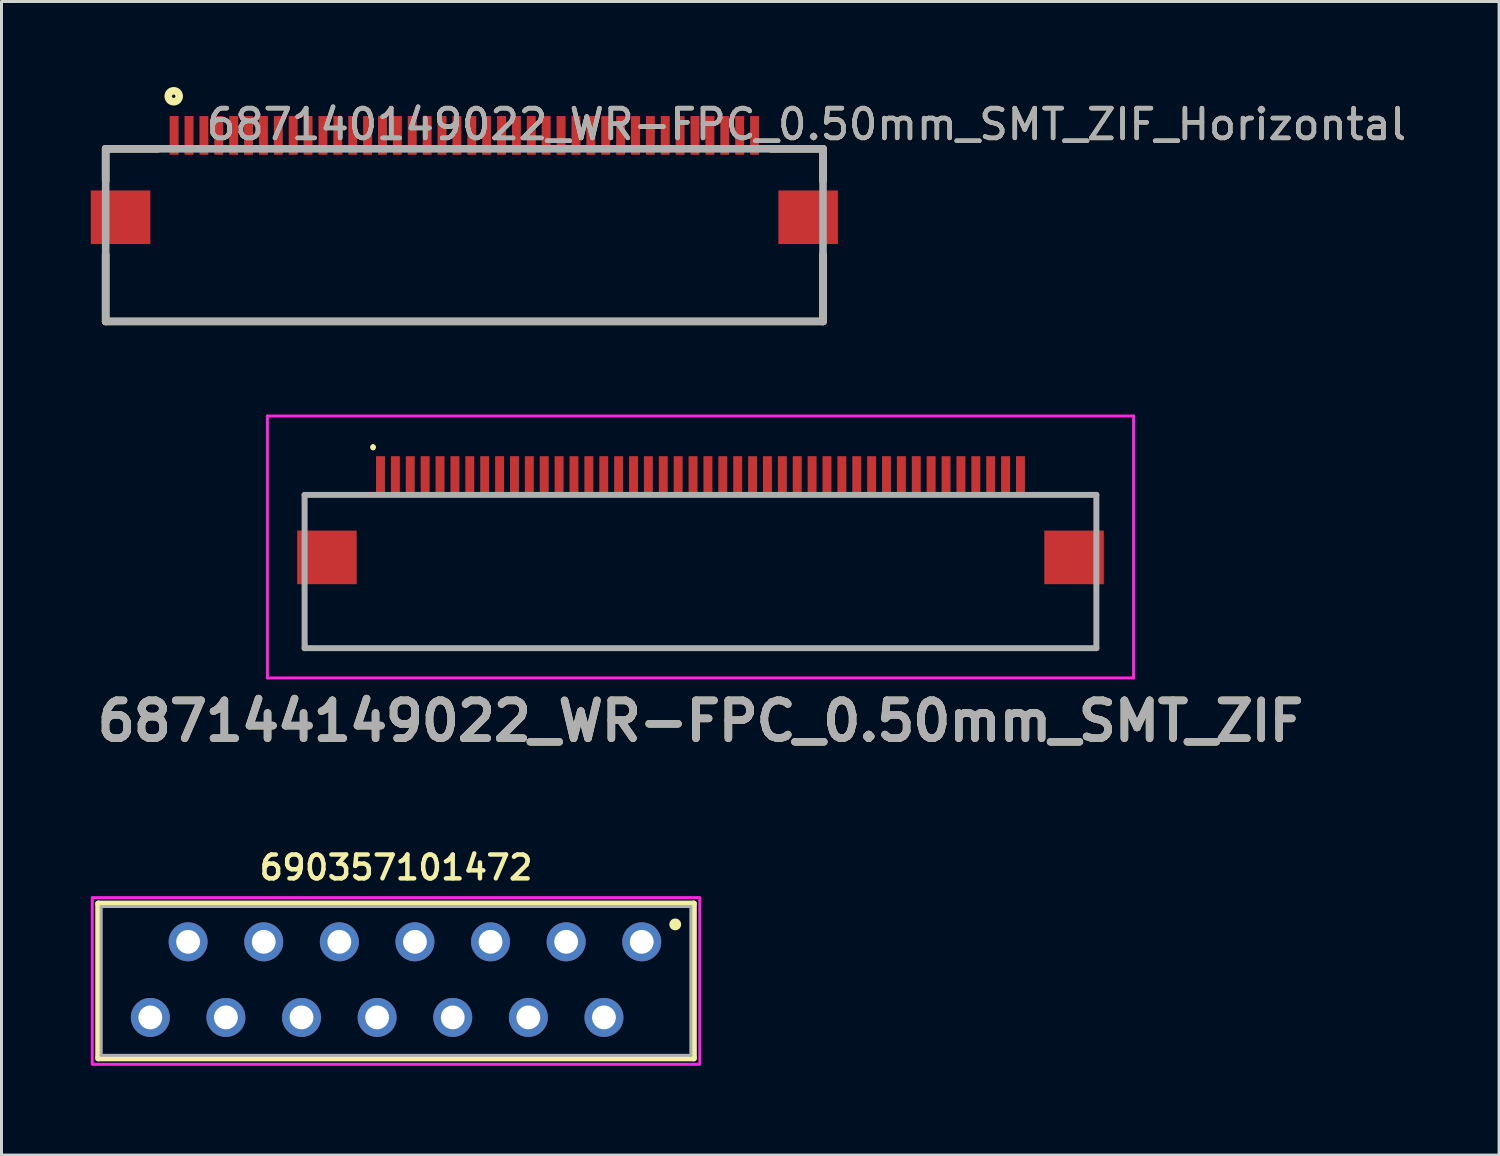
<source format=kicad_pcb>
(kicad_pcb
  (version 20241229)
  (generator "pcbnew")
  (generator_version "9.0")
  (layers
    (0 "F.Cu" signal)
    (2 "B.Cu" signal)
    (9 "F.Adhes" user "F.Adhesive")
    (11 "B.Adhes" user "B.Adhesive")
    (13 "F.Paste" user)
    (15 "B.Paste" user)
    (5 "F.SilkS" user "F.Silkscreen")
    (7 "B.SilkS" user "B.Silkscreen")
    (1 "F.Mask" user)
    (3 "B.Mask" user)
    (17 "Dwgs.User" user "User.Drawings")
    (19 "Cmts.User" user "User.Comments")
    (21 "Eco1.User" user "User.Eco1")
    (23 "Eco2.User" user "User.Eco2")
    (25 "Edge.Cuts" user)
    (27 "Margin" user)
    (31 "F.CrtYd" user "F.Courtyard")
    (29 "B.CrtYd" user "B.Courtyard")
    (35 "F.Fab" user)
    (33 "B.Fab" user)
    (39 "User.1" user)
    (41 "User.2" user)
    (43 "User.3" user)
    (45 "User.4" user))
  (footprint "687140149022_WR-FPC_0.50mm_SMT_ZIF_Horizontal"
    (layer "F.Cu")
    (at 12.55 1.949)
    (property "Reference" "687140149022_WR-FPC_0.50mm_SMT_ZIF_Horizontal" (at 11.494 -0.821 0) (layer "F.SilkS") (effects (font (size 1 1) (thickness 0.15))))
    (attr smd)
    (fp_line (start -12.05 0) (end -12.05 1.075) (stroke (width 0.254) (type solid)) (layer "F.SilkS"))
    (fp_line (start -12.05 0) (end -10.302 0) (stroke (width 0.254) (type solid)) (layer "F.SilkS"))
    (fp_line (start -12.05 5.8) (end -12.05 3.551) (stroke (width 0.254) (type solid)) (layer "F.SilkS"))
    (fp_line (start -12.05 5.8) (end 12.05 5.8) (stroke (width 0.254) (type solid)) (layer "F.SilkS"))
    (fp_line (start 12.05 0) (end 10.302 0) (stroke (width 0.254) (type solid)) (layer "F.SilkS"))
    (fp_line (start 12.05 0) (end 12.05 1.075) (stroke (width 0.254) (type solid)) (layer "F.SilkS"))
    (fp_line (start 12.05 5.8) (end 12.05 3.551) (stroke (width 0.254) (type solid)) (layer "F.SilkS"))
    (fp_circle (center -9.764 -1.765) (end -9.764 -1.708) (stroke (width 0.254) (type solid)) (fill no) (layer "F.SilkS"))
    (fp_line (start -12.05 0) (end 12.05 0) (stroke (width 0.254) (type solid)) (layer "F.Fab"))
    (fp_line (start -12.05 5.8) (end -12.05 0) (stroke (width 0.254) (type solid)) (layer "F.Fab"))
    (fp_line (start 12.05 0) (end 12.05 5.8) (stroke (width 0.254) (type solid)) (layer "F.Fab"))
    (fp_line (start 12.05 5.8) (end -12.05 5.8) (stroke (width 0.254) (type solid)) (layer "F.Fab"))
    (fp_text user "${REFERENCE}" (at 11.494 -0.821 0) (layer "F.Fab") (effects (font (size 1 1) (thickness 0.15))))
    (pad "1" smd rect (at -9.75 -0.45) (size 0.3 1.3) (layers "F.Cu" "F.Mask" "F.Paste"))
    (pad "2" smd rect (at -9.25 -0.45) (size 0.3 1.3) (layers "F.Cu" "F.Mask" "F.Paste"))
    (pad "3" smd rect (at -8.75 -0.45) (size 0.3 1.3) (layers "F.Cu" "F.Mask" "F.Paste"))
    (pad "4" smd rect (at -8.25 -0.45) (size 0.3 1.3) (layers "F.Cu" "F.Mask" "F.Paste"))
    (pad "5" smd rect (at -7.75 -0.45) (size 0.3 1.3) (layers "F.Cu" "F.Mask" "F.Paste"))
    (pad "6" smd rect (at -7.25 -0.45) (size 0.3 1.3) (layers "F.Cu" "F.Mask" "F.Paste"))
    (pad "7" smd rect (at -6.75 -0.45) (size 0.3 1.3) (layers "F.Cu" "F.Mask" "F.Paste"))
    (pad "8" smd rect (at -6.25 -0.45) (size 0.3 1.3) (layers "F.Cu" "F.Mask" "F.Paste"))
    (pad "9" smd rect (at -5.75 -0.45) (size 0.3 1.3) (layers "F.Cu" "F.Mask" "F.Paste"))
    (pad "10" smd rect (at -5.25 -0.45) (size 0.3 1.3) (layers "F.Cu" "F.Mask" "F.Paste"))
    (pad "11" smd rect (at -4.75 -0.45) (size 0.3 1.3) (layers "F.Cu" "F.Mask" "F.Paste"))
    (pad "12" smd rect (at -4.25 -0.45) (size 0.3 1.3) (layers "F.Cu" "F.Mask" "F.Paste"))
    (pad "13" smd rect (at -3.75 -0.45) (size 0.3 1.3) (layers "F.Cu" "F.Mask" "F.Paste"))
    (pad "14" smd rect (at -3.25 -0.45) (size 0.3 1.3) (layers "F.Cu" "F.Mask" "F.Paste"))
    (pad "15" smd rect (at -2.75 -0.45) (size 0.3 1.3) (layers "F.Cu" "F.Mask" "F.Paste"))
    (pad "16" smd rect (at -2.25 -0.45) (size 0.3 1.3) (layers "F.Cu" "F.Mask" "F.Paste"))
    (pad "17" smd rect (at -1.75 -0.45) (size 0.3 1.3) (layers "F.Cu" "F.Mask" "F.Paste"))
    (pad "18" smd rect (at -1.25 -0.45) (size 0.3 1.3) (layers "F.Cu" "F.Mask" "F.Paste"))
    (pad "19" smd rect (at -0.75 -0.45) (size 0.3 1.3) (layers "F.Cu" "F.Mask" "F.Paste"))
    (pad "20" smd rect (at -0.25 -0.45) (size 0.3 1.3) (layers "F.Cu" "F.Mask" "F.Paste"))
    (pad "21" smd rect (at 0.25 -0.45) (size 0.3 1.3) (layers "F.Cu" "F.Mask" "F.Paste"))
    (pad "22" smd rect (at 0.75 -0.45) (size 0.3 1.3) (layers "F.Cu" "F.Mask" "F.Paste"))
    (pad "23" smd rect (at 1.25 -0.45) (size 0.3 1.3) (layers "F.Cu" "F.Mask" "F.Paste"))
    (pad "24" smd rect (at 1.75 -0.45) (size 0.3 1.3) (layers "F.Cu" "F.Mask" "F.Paste"))
    (pad "25" smd rect (at 2.25 -0.45) (size 0.3 1.3) (layers "F.Cu" "F.Mask" "F.Paste"))
    (pad "26" smd rect (at 2.75 -0.45) (size 0.3 1.3) (layers "F.Cu" "F.Mask" "F.Paste"))
    (pad "27" smd rect (at 3.25 -0.45) (size 0.3 1.3) (layers "F.Cu" "F.Mask" "F.Paste"))
    (pad "28" smd rect (at 3.75 -0.45) (size 0.3 1.3) (layers "F.Cu" "F.Mask" "F.Paste"))
    (pad "29" smd rect (at 4.25 -0.45) (size 0.3 1.3) (layers "F.Cu" "F.Mask" "F.Paste"))
    (pad "30" smd rect (at 4.75 -0.45) (size 0.3 1.3) (layers "F.Cu" "F.Mask" "F.Paste"))
    (pad "31" smd rect (at 5.25 -0.45) (size 0.3 1.3) (layers "F.Cu" "F.Mask" "F.Paste"))
    (pad "32" smd rect (at 5.75 -0.45) (size 0.3 1.3) (layers "F.Cu" "F.Mask" "F.Paste"))
    (pad "33" smd rect (at 6.25 -0.45) (size 0.3 1.3) (layers "F.Cu" "F.Mask" "F.Paste"))
    (pad "34" smd rect (at 6.75 -0.45) (size 0.3 1.3) (layers "F.Cu" "F.Mask" "F.Paste"))
    (pad "35" smd rect (at 7.25 -0.45) (size 0.3 1.3) (layers "F.Cu" "F.Mask" "F.Paste"))
    (pad "36" smd rect (at 7.75 -0.45) (size 0.3 1.3) (layers "F.Cu" "F.Mask" "F.Paste"))
    (pad "37" smd rect (at 8.25 -0.45) (size 0.3 1.3) (layers "F.Cu" "F.Mask" "F.Paste"))
    (pad "38" smd rect (at 8.75 -0.45) (size 0.3 1.3) (layers "F.Cu" "F.Mask" "F.Paste"))
    (pad "39" smd rect (at 9.25 -0.45) (size 0.3 1.3) (layers "F.Cu" "F.Mask" "F.Paste"))
    (pad "40" smd rect (at 9.75 -0.45) (size 0.3 1.3) (layers "F.Cu" "F.Mask" "F.Paste"))
    (pad "41" smd rect (at -11.55 2.3 90) (size 1.8 2) (layers "F.Cu" "F.Mask" "F.Paste"))
    (pad "42" smd rect (at 11.55 2.3 90) (size 1.8 2) (layers "F.Cu" "F.Mask" "F.Paste")))
  (footprint "690357101472"
    (layer "F.Cu")
    (at 10.255 29.906)
    (property "Reference" "690357101472" (at 0 -3.81 0) (layer "F.SilkS") (effects (font (size 0.8 0.8) (thickness 0.15))))
    (attr through_hole)
    (fp_line (start -10.005 -2.6) (end 10.005 -2.6) (stroke (width 0.2) (type solid)) (layer "F.SilkS"))
    (fp_line (start -10.005 2.6) (end -10.005 -2.6) (stroke (width 0.2) (type solid)) (layer "F.SilkS"))
    (fp_line (start 10.005 -2.6) (end 10.005 2.6) (stroke (width 0.2) (type solid)) (layer "F.SilkS"))
    (fp_line (start 10.005 2.6) (end -10.005 2.6) (stroke (width 0.2) (type solid)) (layer "F.SilkS"))
    (fp_circle (center 9.38 -1.9) (end 9.48 -1.9) (stroke (width 0.2) (type solid)) (fill no) (layer "F.SilkS"))
    (fp_poly (pts (xy 10.205 2.8) (xy -10.205 2.8) (xy -10.205 -2.8) (xy 10.205 -2.8)) (stroke (width 0.1) (type solid)) (fill no) (layer "F.CrtYd"))
    (fp_line (start -9.905 -2.5) (end -9.905 2.5) (stroke (width 0.1) (type solid)) (layer "F.Fab"))
    (fp_line (start -9.905 2.5) (end 9.905 2.5) (stroke (width 0.1) (type solid)) (layer "F.Fab"))
    (fp_line (start 9.905 -2.5) (end -9.905 -2.5) (stroke (width 0.1) (type solid)) (layer "F.Fab"))
    (fp_line (start 9.905 2.5) (end 9.905 -2.5) (stroke (width 0.1) (type solid)) (layer "F.Fab"))
    (pad "1" thru_hole circle (at 8.255 -1.315) (size 1.308 1.308) (drill 0.8) (layers "*.Cu" "*.Mask"))
    (pad "2" thru_hole circle (at 6.985 1.225) (size 1.308 1.308) (drill 0.8) (layers "*.Cu" "*.Mask"))
    (pad "3" thru_hole circle (at 5.715 -1.315) (size 1.308 1.308) (drill 0.8) (layers "*.Cu" "*.Mask"))
    (pad "4" thru_hole circle (at 4.445 1.225) (size 1.308 1.308) (drill 0.8) (layers "*.Cu" "*.Mask"))
    (pad "5" thru_hole circle (at 3.175 -1.315) (size 1.308 1.308) (drill 0.8) (layers "*.Cu" "*.Mask"))
    (pad "6" thru_hole circle (at 1.905 1.225) (size 1.308 1.308) (drill 0.8) (layers "*.Cu" "*.Mask"))
    (pad "7" thru_hole circle (at 0.635 -1.315) (size 1.308 1.308) (drill 0.8) (layers "*.Cu" "*.Mask"))
    (pad "8" thru_hole circle (at -0.635 1.225) (size 1.308 1.308) (drill 0.8) (layers "*.Cu" "*.Mask"))
    (pad "9" thru_hole circle (at -1.905 -1.315) (size 1.308 1.308) (drill 0.8) (layers "*.Cu" "*.Mask"))
    (pad "10" thru_hole circle (at -3.175 1.225) (size 1.308 1.308) (drill 0.8) (layers "*.Cu" "*.Mask"))
    (pad "11" thru_hole circle (at -4.445 -1.315) (size 1.308 1.308) (drill 0.8) (layers "*.Cu" "*.Mask"))
    (pad "12" thru_hole circle (at -5.715 1.225) (size 1.308 1.308) (drill 0.8) (layers "*.Cu" "*.Mask"))
    (pad "13" thru_hole circle (at -6.985 -1.315) (size 1.308 1.308) (drill 0.8) (layers "*.Cu" "*.Mask"))
    (pad "14" thru_hole circle (at -8.255 1.225) (size 1.308 1.308) (drill 0.8) (layers "*.Cu" "*.Mask")))
  (footprint "687144149022_WR-FPC_0.50mm_SMT_ZIF"
    (layer "F.Cu")
    (at 20.483 15.826)
    (property "Reference" "687144149022_WR-FPC_0.50mm_SMT_ZIF" (at 0 5.35 0) (layer "F.SilkS") (effects (font (size 1.27 1.27) (thickness 0.254))))
    (attr smd)
    (fp_line (start -13.3 2.18) (end -13.25 2.9) (stroke (width 0.1) (type solid)) (layer "F.SilkS"))
    (fp_line (start -13.25 -2.25) (end -13.3 -2.25) (stroke (width 0.1) (type solid)) (layer "F.SilkS"))
    (fp_line (start -13.25 2.9) (end 13.3 2.9) (stroke (width 0.1) (type solid)) (layer "F.SilkS"))
    (fp_line (start -11.25 -2.25) (end -13.25 -2.25) (stroke (width 0.1) (type solid)) (layer "F.SilkS"))
    (fp_line (start -11 -3.9) (end -11 -3.9) (stroke (width 0.1) (type solid)) (layer "F.SilkS"))
    (fp_line (start -11 -3.8) (end -11 -3.8) (stroke (width 0.1) (type solid)) (layer "F.SilkS"))
    (fp_line (start 13.3 2.9) (end 13.3 2.18) (stroke (width 0.1) (type solid)) (layer "F.SilkS"))
    (fp_arc (start -11 -3.9) (mid -10.95 -3.85) (end -11 -3.8) (stroke (width 0.1) (type solid)) (layer "F.SilkS"))
    (fp_arc (start -11 -3.8) (mid -11.05 -3.85) (end -11 -3.9) (stroke (width 0.1) (type solid)) (layer "F.SilkS"))
    (fp_line (start -14.55 -4.9) (end 14.55 -4.9) (stroke (width 0.1) (type solid)) (layer "F.CrtYd"))
    (fp_line (start -14.55 3.9) (end -14.55 -4.9) (stroke (width 0.1) (type solid)) (layer "F.CrtYd"))
    (fp_line (start 14.55 -4.9) (end 14.55 3.9) (stroke (width 0.1) (type solid)) (layer "F.CrtYd"))
    (fp_line (start 14.55 3.9) (end -14.55 3.9) (stroke (width 0.1) (type solid)) (layer "F.CrtYd"))
    (fp_line (start -13.3 -2.25) (end 13.3 -2.25) (stroke (width 0.2) (type solid)) (layer "F.Fab"))
    (fp_line (start -13.3 2.9) (end -13.3 -2.25) (stroke (width 0.2) (type solid)) (layer "F.Fab"))
    (fp_line (start 13.3 -2.25) (end 13.3 2.9) (stroke (width 0.2) (type solid)) (layer "F.Fab"))
    (fp_line (start 13.3 2.9) (end -13.3 2.9) (stroke (width 0.2) (type solid)) (layer "F.Fab"))
    (fp_text user "${REFERENCE}" (at 0 5.35 0) (layer "F.Fab") (effects (font (size 1.27 1.27) (thickness 0.254))))
    (pad "1" smd rect (at -10.75 -2.9) (size 0.3 1.3) (layers "F.Cu" "F.Mask" "F.Paste"))
    (pad "2" smd rect (at -10.25 -2.9) (size 0.3 1.3) (layers "F.Cu" "F.Mask" "F.Paste"))
    (pad "3" smd rect (at -9.75 -2.9) (size 0.3 1.3) (layers "F.Cu" "F.Mask" "F.Paste"))
    (pad "4" smd rect (at -9.25 -2.9) (size 0.3 1.3) (layers "F.Cu" "F.Mask" "F.Paste"))
    (pad "5" smd rect (at -8.75 -2.9) (size 0.3 1.3) (layers "F.Cu" "F.Mask" "F.Paste"))
    (pad "6" smd rect (at -8.25 -2.9) (size 0.3 1.3) (layers "F.Cu" "F.Mask" "F.Paste"))
    (pad "7" smd rect (at -7.75 -2.9) (size 0.3 1.3) (layers "F.Cu" "F.Mask" "F.Paste"))
    (pad "8" smd rect (at -7.25 -2.9) (size 0.3 1.3) (layers "F.Cu" "F.Mask" "F.Paste"))
    (pad "9" smd rect (at -6.75 -2.9) (size 0.3 1.3) (layers "F.Cu" "F.Mask" "F.Paste"))
    (pad "10" smd rect (at -6.25 -2.9) (size 0.3 1.3) (layers "F.Cu" "F.Mask" "F.Paste"))
    (pad "11" smd rect (at -5.75 -2.9) (size 0.3 1.3) (layers "F.Cu" "F.Mask" "F.Paste"))
    (pad "12" smd rect (at -5.25 -2.9) (size 0.3 1.3) (layers "F.Cu" "F.Mask" "F.Paste"))
    (pad "13" smd rect (at -4.75 -2.9) (size 0.3 1.3) (layers "F.Cu" "F.Mask" "F.Paste"))
    (pad "14" smd rect (at -4.25 -2.9) (size 0.3 1.3) (layers "F.Cu" "F.Mask" "F.Paste"))
    (pad "15" smd rect (at -3.75 -2.9) (size 0.3 1.3) (layers "F.Cu" "F.Mask" "F.Paste"))
    (pad "16" smd rect (at -3.25 -2.9) (size 0.3 1.3) (layers "F.Cu" "F.Mask" "F.Paste"))
    (pad "17" smd rect (at -2.75 -2.9) (size 0.3 1.3) (layers "F.Cu" "F.Mask" "F.Paste"))
    (pad "18" smd rect (at -2.25 -2.9) (size 0.3 1.3) (layers "F.Cu" "F.Mask" "F.Paste"))
    (pad "19" smd rect (at -1.75 -2.9) (size 0.3 1.3) (layers "F.Cu" "F.Mask" "F.Paste"))
    (pad "20" smd rect (at -1.25 -2.9) (size 0.3 1.3) (layers "F.Cu" "F.Mask" "F.Paste"))
    (pad "21" smd rect (at -0.75 -2.9) (size 0.3 1.3) (layers "F.Cu" "F.Mask" "F.Paste"))
    (pad "22" smd rect (at -0.25 -2.9) (size 0.3 1.3) (layers "F.Cu" "F.Mask" "F.Paste"))
    (pad "23" smd rect (at 0.25 -2.9) (size 0.3 1.3) (layers "F.Cu" "F.Mask" "F.Paste"))
    (pad "24" smd rect (at 0.75 -2.9) (size 0.3 1.3) (layers "F.Cu" "F.Mask" "F.Paste"))
    (pad "25" smd rect (at 1.25 -2.9) (size 0.3 1.3) (layers "F.Cu" "F.Mask" "F.Paste"))
    (pad "26" smd rect (at 1.75 -2.9) (size 0.3 1.3) (layers "F.Cu" "F.Mask" "F.Paste"))
    (pad "27" smd rect (at 2.25 -2.9) (size 0.3 1.3) (layers "F.Cu" "F.Mask" "F.Paste"))
    (pad "28" smd rect (at 2.75 -2.9) (size 0.3 1.3) (layers "F.Cu" "F.Mask" "F.Paste"))
    (pad "29" smd rect (at 3.25 -2.9) (size 0.3 1.3) (layers "F.Cu" "F.Mask" "F.Paste"))
    (pad "30" smd rect (at 3.75 -2.9) (size 0.3 1.3) (layers "F.Cu" "F.Mask" "F.Paste"))
    (pad "31" smd rect (at 4.25 -2.9) (size 0.3 1.3) (layers "F.Cu" "F.Mask" "F.Paste"))
    (pad "32" smd rect (at 4.75 -2.9) (size 0.3 1.3) (layers "F.Cu" "F.Mask" "F.Paste"))
    (pad "33" smd rect (at 5.25 -2.9) (size 0.3 1.3) (layers "F.Cu" "F.Mask" "F.Paste"))
    (pad "34" smd rect (at 5.75 -2.9) (size 0.3 1.3) (layers "F.Cu" "F.Mask" "F.Paste"))
    (pad "35" smd rect (at 6.25 -2.9) (size 0.3 1.3) (layers "F.Cu" "F.Mask" "F.Paste"))
    (pad "36" smd rect (at 6.75 -2.9) (size 0.3 1.3) (layers "F.Cu" "F.Mask" "F.Paste"))
    (pad "37" smd rect (at 7.25 -2.9) (size 0.3 1.3) (layers "F.Cu" "F.Mask" "F.Paste"))
    (pad "38" smd rect (at 7.75 -2.9) (size 0.3 1.3) (layers "F.Cu" "F.Mask" "F.Paste"))
    (pad "39" smd rect (at 8.25 -2.9) (size 0.3 1.3) (layers "F.Cu" "F.Mask" "F.Paste"))
    (pad "40" smd rect (at 8.75 -2.9) (size 0.3 1.3) (layers "F.Cu" "F.Mask" "F.Paste"))
    (pad "41" smd rect (at 9.25 -2.9) (size 0.3 1.3) (layers "F.Cu" "F.Mask" "F.Paste"))
    (pad "42" smd rect (at 9.75 -2.9) (size 0.3 1.3) (layers "F.Cu" "F.Mask" "F.Paste"))
    (pad "43" smd rect (at 10.25 -2.9) (size 0.3 1.3) (layers "F.Cu" "F.Mask" "F.Paste"))
    (pad "44" smd rect (at 10.75 -2.9) (size 0.3 1.3) (layers "F.Cu" "F.Mask" "F.Paste"))
    (pad "MP1" smd rect (at -12.55 -0.15 90) (size 1.8 2) (layers "F.Cu" "F.Mask" "F.Paste"))
    (pad "MP2" smd rect (at 12.55 -0.15 90) (size 1.8 2) (layers "F.Cu" "F.Mask" "F.Paste")))
  (gr_rect
    (start -3 -3)
    (end 47.312 35.756)
    (stroke (width 0.1) (type default))
    (fill no)
    (layer "Edge.Cuts")))
</source>
